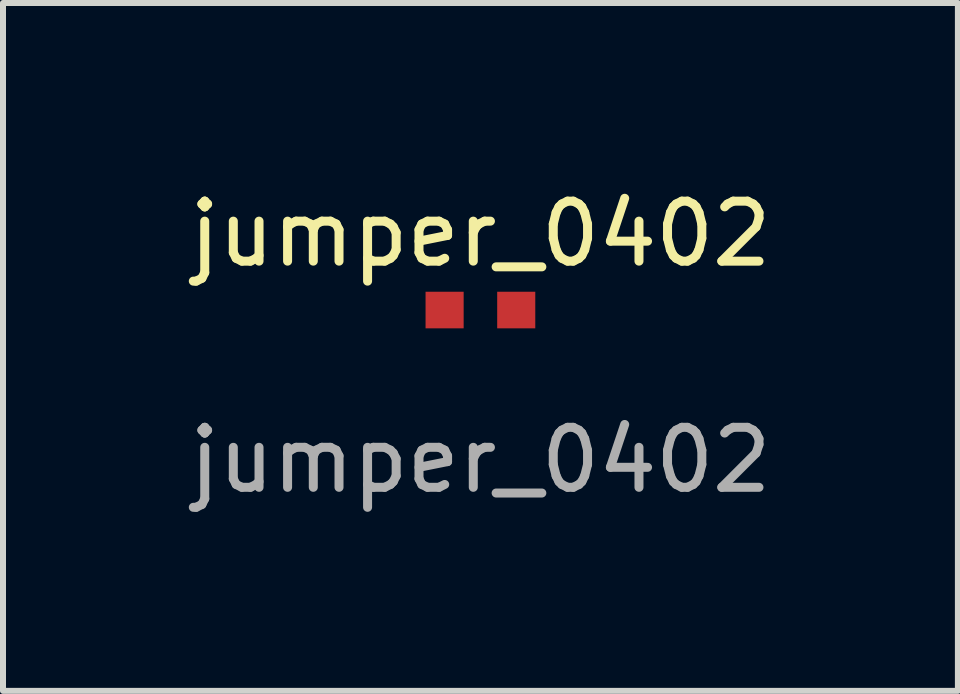
<source format=kicad_pcb>
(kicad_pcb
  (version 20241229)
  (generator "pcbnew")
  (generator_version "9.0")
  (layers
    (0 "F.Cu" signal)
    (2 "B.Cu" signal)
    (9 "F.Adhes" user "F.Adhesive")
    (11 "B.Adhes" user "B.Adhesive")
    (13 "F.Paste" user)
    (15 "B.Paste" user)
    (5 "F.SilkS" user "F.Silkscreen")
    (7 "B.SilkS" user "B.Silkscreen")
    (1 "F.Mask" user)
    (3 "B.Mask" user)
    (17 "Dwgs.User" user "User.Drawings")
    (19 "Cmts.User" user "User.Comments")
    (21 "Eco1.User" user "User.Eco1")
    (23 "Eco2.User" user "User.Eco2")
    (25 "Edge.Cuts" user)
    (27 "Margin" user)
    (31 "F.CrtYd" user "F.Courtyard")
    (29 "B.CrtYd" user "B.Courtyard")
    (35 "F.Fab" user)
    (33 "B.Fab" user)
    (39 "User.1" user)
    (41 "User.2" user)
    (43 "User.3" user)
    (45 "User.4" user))
  (footprint "jumper_0402"
    (layer "F.Cu")
    (at 4.958 2.118)
    (property "Reference" "jumper_0402" (at 0 -1.27 0) (unlocked yes) (layer "F.SilkS") (effects (font (size 1 1) (thickness 0.15))))
    (attr smd)
    (fp_poly (pts (xy -0.914 -0.305) (xy 0.914 -0.305) (xy 0.914 0.305) (xy -0.914 0.305)) (stroke (width 0.01) (type solid)) (fill yes) (layer "F.Mask"))
    (fp_text user "${REFERENCE}" (at 0 2.5 0) (unlocked yes) (layer "F.Fab") (effects (font (size 1 1) (thickness 0.15))))
    (pad "1" smd rect (at -0.597 0) (size 0.635 0.61) (layers "F.Cu" "F.Mask" "F.Paste"))
    (pad "2" smd rect (at 0.597 0) (size 0.635 0.61) (layers "F.Cu" "F.Mask" "F.Paste")))
  (gr_rect
    (start -3 -3)
    (end 12.917 8.466)
    (stroke (width 0.1) (type default))
    (fill no)
    (layer "Edge.Cuts")))
</source>
